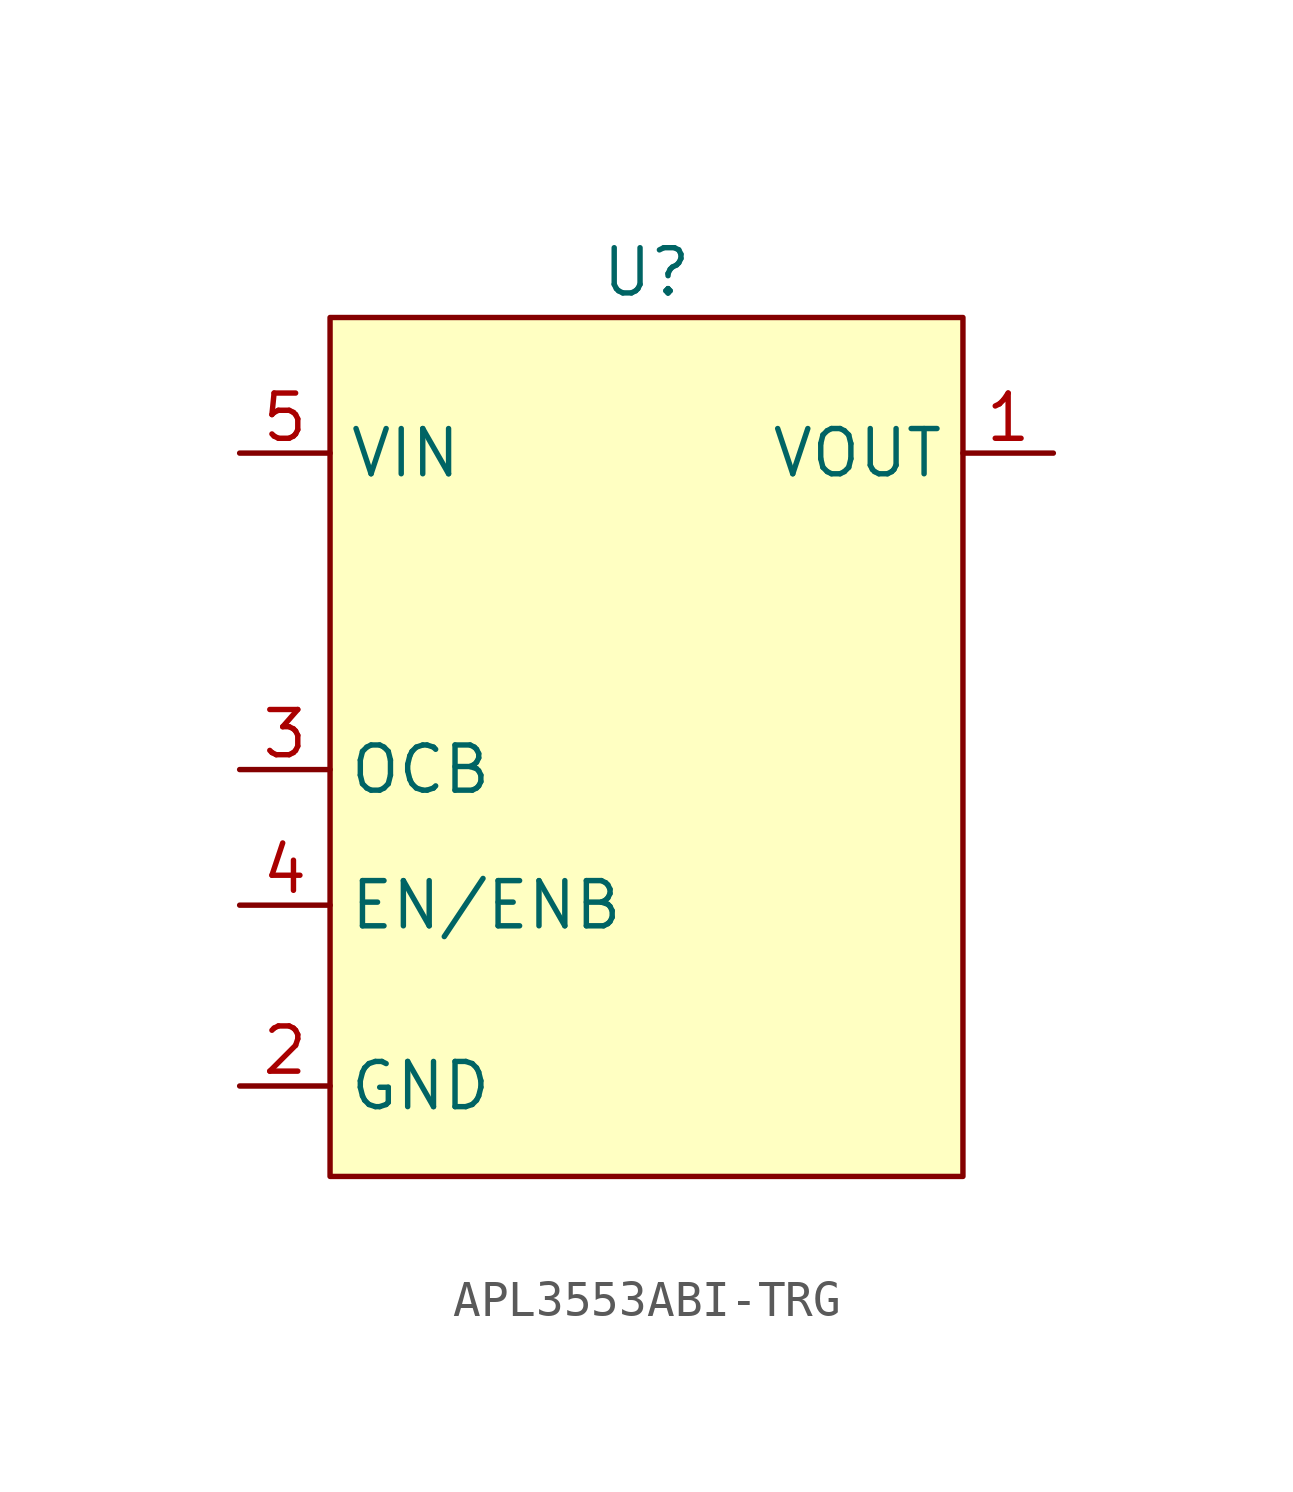
<source format=kicad_sym>
(kicad_symbol_lib
  (version 20241209)
  (generator "kicad_symbol_editor")
  (generator_version "9.0")
  (symbol "APL3553ABI-TRG"
    (property "Reference" "U"
      (at 0 0 0)
      (effects (font (size 1.27 1.27))))
    (property "Value" ""
      (at 0 0 0)
      (effects (font (size 1.27 1.27))))
    (symbol "APL3553ABI-TRG_1_1"
      (rectangle (start -8.89 -1.27) (end 8.89 -25.4) (stroke (width 0) (type solid)) (fill (type background)))
      (pin input line (at -11.43 -5.08 0) (length 2.54) (name "VIN" (effects (font (size 1.27 1.27)))) (number "5" (effects (font (size 1.27 1.27)))))
      (pin input line (at -11.43 -13.97 0) (length 2.54) (name "OCB" (effects (font (size 1.27 1.27)))) (number "3" (effects (font (size 1.27 1.27)))))
      (pin input line (at -11.43 -17.78 0) (length 2.54) (name "EN/ENB" (effects (font (size 1.27 1.27)))) (number "4" (effects (font (size 1.27 1.27)))))
      (pin passive line (at -11.43 -22.86 0) (length 2.54) (name "GND" (effects (font (size 1.27 1.27)))) (number "2" (effects (font (size 1.27 1.27)))))
      (pin output line (at 11.43 -5.08 180) (length 2.54) (name "VOUT" (effects (font (size 1.27 1.27)))) (number "1" (effects (font (size 1.27 1.27))))))))
</source>
